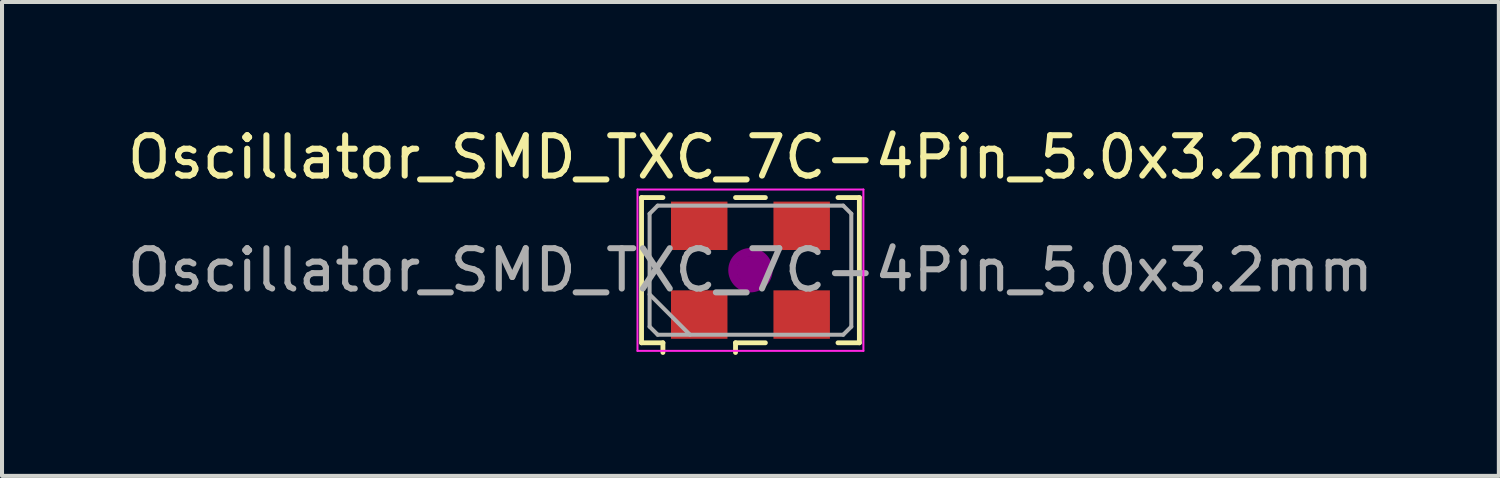
<source format=kicad_pcb>
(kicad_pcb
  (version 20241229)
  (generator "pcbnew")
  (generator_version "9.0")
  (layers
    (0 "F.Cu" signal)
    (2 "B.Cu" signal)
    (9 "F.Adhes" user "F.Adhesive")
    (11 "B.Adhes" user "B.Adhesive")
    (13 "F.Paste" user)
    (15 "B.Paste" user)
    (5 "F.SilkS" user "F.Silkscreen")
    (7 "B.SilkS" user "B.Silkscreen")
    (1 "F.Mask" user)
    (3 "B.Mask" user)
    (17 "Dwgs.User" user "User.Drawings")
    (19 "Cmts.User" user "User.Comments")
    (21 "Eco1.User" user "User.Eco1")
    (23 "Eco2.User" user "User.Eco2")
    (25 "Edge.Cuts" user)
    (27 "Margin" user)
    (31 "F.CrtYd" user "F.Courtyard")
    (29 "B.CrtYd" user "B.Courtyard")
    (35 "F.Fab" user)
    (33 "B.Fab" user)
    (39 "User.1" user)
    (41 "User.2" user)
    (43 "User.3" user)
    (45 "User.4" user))
  (footprint "Oscillator_SMD_TXC_7C-4Pin_5.0x3.2mm"
    (layer "F.Cu")
    (at 15.554 3.648)
    (property "Reference" "Oscillator_SMD_TXC_7C-4Pin_5.0x3.2mm" (at 0 -2.8 0) (layer "F.SilkS") (effects (font (size 1 1) (thickness 0.15))))
    (attr smd)
    (fp_line (start -2.7 -1.8) (end -2.17 -1.8) (stroke (width 0.12) (type solid)) (layer "F.SilkS"))
    (fp_line (start -2.7 1.8) (end -2.7 -1.8) (stroke (width 0.12) (type solid)) (layer "F.SilkS"))
    (fp_line (start -2.17 1.8) (end -2.7 1.8) (stroke (width 0.12) (type solid)) (layer "F.SilkS"))
    (fp_line (start -2.17 2.04) (end -2.17 1.8) (stroke (width 0.12) (type solid)) (layer "F.SilkS"))
    (fp_line (start -0.37 -1.8) (end 0.37 -1.8) (stroke (width 0.12) (type solid)) (layer "F.SilkS"))
    (fp_line (start -0.37 1.8) (end -0.37 2.04) (stroke (width 0.12) (type solid)) (layer "F.SilkS"))
    (fp_line (start 0.37 1.8) (end -0.37 1.8) (stroke (width 0.12) (type solid)) (layer "F.SilkS"))
    (fp_line (start 2.17 -1.8) (end 2.7 -1.8) (stroke (width 0.12) (type solid)) (layer "F.SilkS"))
    (fp_line (start 2.7 -1.8) (end 2.7 1.8) (stroke (width 0.12) (type solid)) (layer "F.SilkS"))
    (fp_line (start 2.7 1.8) (end 2.17 1.8) (stroke (width 0.12) (type solid)) (layer "F.SilkS"))
    (fp_circle (center 0 0) (end 0.117 0) (stroke (width 0.233) (type solid)) (fill no) (layer "F.Adhes"))
    (fp_circle (center 0 0) (end 0.267 0) (stroke (width 0.167) (type solid)) (fill no) (layer "F.Adhes"))
    (fp_circle (center 0 0) (end 0.417 0) (stroke (width 0.167) (type solid)) (fill no) (layer "F.Adhes"))
    (fp_circle (center 0 0) (end 0.5 0) (stroke (width 0.1) (type solid)) (fill no) (layer "F.Adhes"))
    (fp_line (start -2.8 -2) (end -2.8 2) (stroke (width 0.05) (type solid)) (layer "F.CrtYd"))
    (fp_line (start -2.8 2) (end 2.8 2) (stroke (width 0.05) (type solid)) (layer "F.CrtYd"))
    (fp_line (start 2.8 -2) (end -2.8 -2) (stroke (width 0.05) (type solid)) (layer "F.CrtYd"))
    (fp_line (start 2.8 2) (end 2.8 -2) (stroke (width 0.05) (type solid)) (layer "F.CrtYd"))
    (fp_line (start -2.5 -1.4) (end -2.3 -1.6) (stroke (width 0.1) (type solid)) (layer "F.Fab"))
    (fp_line (start -2.5 0.6) (end -1.5 1.6) (stroke (width 0.1) (type solid)) (layer "F.Fab"))
    (fp_line (start -2.5 1.4) (end -2.5 -1.4) (stroke (width 0.1) (type solid)) (layer "F.Fab"))
    (fp_line (start -2.3 -1.6) (end 2.3 -1.6) (stroke (width 0.1) (type solid)) (layer "F.Fab"))
    (fp_line (start -2.3 1.6) (end -2.5 1.4) (stroke (width 0.1) (type solid)) (layer "F.Fab"))
    (fp_line (start 2.3 -1.6) (end 2.5 -1.4) (stroke (width 0.1) (type solid)) (layer "F.Fab"))
    (fp_line (start 2.3 1.6) (end -2.3 1.6) (stroke (width 0.1) (type solid)) (layer "F.Fab"))
    (fp_line (start 2.5 -1.4) (end 2.5 1.4) (stroke (width 0.1) (type solid)) (layer "F.Fab"))
    (fp_line (start 2.5 1.4) (end 2.3 1.6) (stroke (width 0.1) (type solid)) (layer "F.Fab"))
    (fp_text user "${REFERENCE}" (at 0 0 0) (layer "F.Fab") (effects (font (size 1 1) (thickness 0.15))))
    (pad "1" smd rect (at -1.27 1.1) (size 1.4 1.2) (layers "F.Cu" "F.Mask" "F.Paste"))
    (pad "2" smd rect (at 1.27 1.1) (size 1.4 1.2) (layers "F.Cu" "F.Mask" "F.Paste"))
    (pad "3" smd rect (at 1.27 -1.1) (size 1.4 1.2) (layers "F.Cu" "F.Mask" "F.Paste"))
    (pad "4" smd rect (at -1.27 -1.1) (size 1.4 1.2) (layers "F.Cu" "F.Mask" "F.Paste")))
  (gr_rect
    (start -3 -3)
    (end 34.107 8.748)
    (stroke (width 0.1) (type default))
    (fill no)
    (layer "Edge.Cuts")))
</source>
